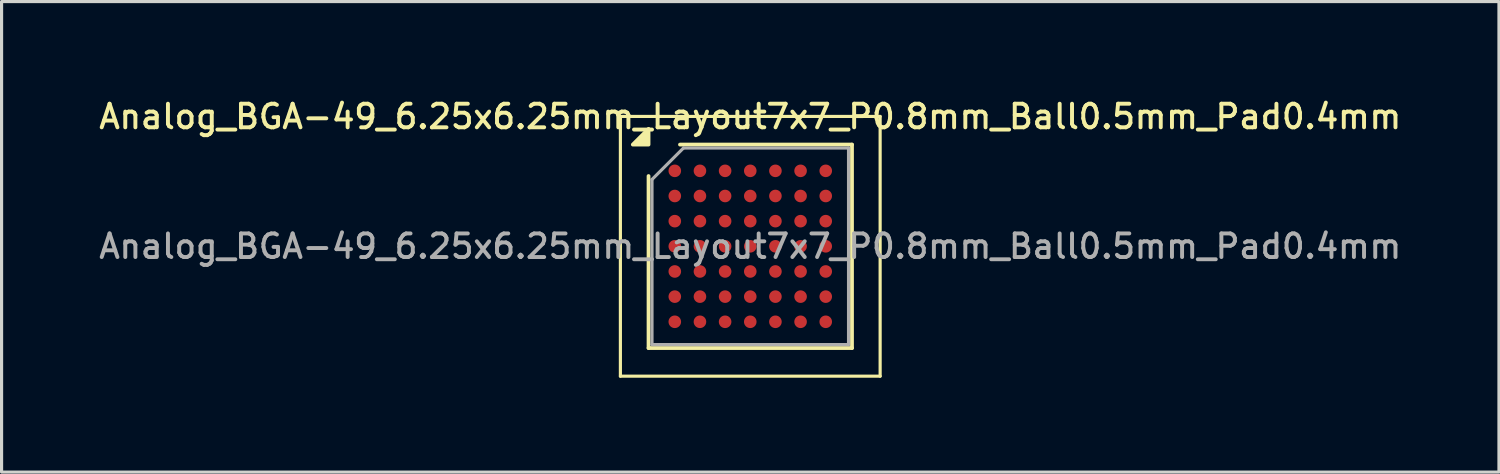
<source format=kicad_pcb>
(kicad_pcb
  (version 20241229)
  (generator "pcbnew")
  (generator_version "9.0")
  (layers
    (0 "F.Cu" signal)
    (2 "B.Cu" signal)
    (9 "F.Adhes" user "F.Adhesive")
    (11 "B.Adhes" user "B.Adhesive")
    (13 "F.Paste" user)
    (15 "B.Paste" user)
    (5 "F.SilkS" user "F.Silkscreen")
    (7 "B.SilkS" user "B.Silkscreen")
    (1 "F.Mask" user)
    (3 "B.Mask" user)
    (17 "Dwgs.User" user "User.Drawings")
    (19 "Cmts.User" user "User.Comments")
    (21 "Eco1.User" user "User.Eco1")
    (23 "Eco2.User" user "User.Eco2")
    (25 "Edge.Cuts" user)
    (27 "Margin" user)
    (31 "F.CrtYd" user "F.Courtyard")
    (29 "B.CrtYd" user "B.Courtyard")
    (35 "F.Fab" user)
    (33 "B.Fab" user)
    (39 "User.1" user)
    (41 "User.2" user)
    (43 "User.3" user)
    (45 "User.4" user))
  (footprint "Analog_BGA-49_6.25x6.25mm_Layout7x7_P0.8mm_Ball0.5mm_Pad0.4mm"
    (layer "F.Cu")
    (at 20.809 4.783)
    (property "Reference" "Analog_BGA-49_6.25x6.25mm_Layout7x7_P0.8mm_Ball0.5mm_Pad0.4mm" (at 0 -4.125 0) (layer "F.SilkS") (effects (font (size 0.75 0.75) (thickness 0.125))))
    (attr smd)
    (fp_line (start -4.13 -4.13) (end -4.13 4.13) (stroke (width 0.1) (type solid)) (layer "F.SilkS"))
    (fp_line (start -4.13 4.13) (end 4.13 4.13) (stroke (width 0.1) (type solid)) (layer "F.SilkS"))
    (fp_line (start -3.235 3.235) (end -3.235 -2.235) (stroke (width 0.12) (type solid)) (layer "F.SilkS"))
    (fp_line (start -2.235 -3.235) (end 3.235 -3.235) (stroke (width 0.12) (type solid)) (layer "F.SilkS"))
    (fp_line (start 3.235 -3.235) (end 3.235 3.235) (stroke (width 0.12) (type solid)) (layer "F.SilkS"))
    (fp_line (start 3.235 3.235) (end -3.235 3.235) (stroke (width 0.12) (type solid)) (layer "F.SilkS"))
    (fp_line (start 4.13 -4.13) (end -4.13 -4.13) (stroke (width 0.1) (type solid)) (layer "F.SilkS"))
    (fp_line (start 4.13 4.13) (end 4.13 -4.13) (stroke (width 0.1) (type solid)) (layer "F.SilkS"))
    (fp_poly (pts (xy -3.235 -3.235) (xy -3.735 -3.235) (xy -3.235 -3.735) (xy -3.235 -3.235)) (stroke (width 0.12) (type solid)) (fill yes) (layer "F.SilkS"))
    (fp_line (start -3.125 -2.125) (end -2.125 -3.125) (stroke (width 0.1) (type solid)) (layer "F.Fab"))
    (fp_line (start -3.125 3.125) (end -3.125 -2.125) (stroke (width 0.1) (type solid)) (layer "F.Fab"))
    (fp_line (start -2.125 -3.125) (end 3.125 -3.125) (stroke (width 0.1) (type solid)) (layer "F.Fab"))
    (fp_line (start 3.125 -3.125) (end 3.125 3.125) (stroke (width 0.1) (type solid)) (layer "F.Fab"))
    (fp_line (start 3.125 3.125) (end -3.125 3.125) (stroke (width 0.1) (type solid)) (layer "F.Fab"))
    (fp_text user "${REFERENCE}" (at 0 0 0) (layer "F.Fab") (effects (font (size 0.75 0.75) (thickness 0.125))))
    (pad "A1" smd circle (at -2.4 -2.4) (size 0.4 0.4) (property pad_prop_bga) (layers "F.Cu" "F.Mask" "F.Paste"))
    (pad "A2" smd circle (at -1.6 -2.4) (size 0.4 0.4) (property pad_prop_bga) (layers "F.Cu" "F.Mask" "F.Paste"))
    (pad "A3" smd circle (at -0.8 -2.4) (size 0.4 0.4) (property pad_prop_bga) (layers "F.Cu" "F.Mask" "F.Paste"))
    (pad "A4" smd circle (at 0 -2.4) (size 0.4 0.4) (property pad_prop_bga) (layers "F.Cu" "F.Mask" "F.Paste"))
    (pad "A5" smd circle (at 0.8 -2.4) (size 0.4 0.4) (property pad_prop_bga) (layers "F.Cu" "F.Mask" "F.Paste"))
    (pad "A6" smd circle (at 1.6 -2.4) (size 0.4 0.4) (property pad_prop_bga) (layers "F.Cu" "F.Mask" "F.Paste"))
    (pad "A7" smd circle (at 2.4 -2.4) (size 0.4 0.4) (property pad_prop_bga) (layers "F.Cu" "F.Mask" "F.Paste"))
    (pad "B1" smd circle (at -2.4 -1.6) (size 0.4 0.4) (property pad_prop_bga) (layers "F.Cu" "F.Mask" "F.Paste"))
    (pad "B2" smd circle (at -1.6 -1.6) (size 0.4 0.4) (property pad_prop_bga) (layers "F.Cu" "F.Mask" "F.Paste"))
    (pad "B3" smd circle (at -0.8 -1.6) (size 0.4 0.4) (property pad_prop_bga) (layers "F.Cu" "F.Mask" "F.Paste"))
    (pad "B4" smd circle (at 0 -1.6) (size 0.4 0.4) (property pad_prop_bga) (layers "F.Cu" "F.Mask" "F.Paste"))
    (pad "B5" smd circle (at 0.8 -1.6) (size 0.4 0.4) (property pad_prop_bga) (layers "F.Cu" "F.Mask" "F.Paste"))
    (pad "B6" smd circle (at 1.6 -1.6) (size 0.4 0.4) (property pad_prop_bga) (layers "F.Cu" "F.Mask" "F.Paste"))
    (pad "B7" smd circle (at 2.4 -1.6) (size 0.4 0.4) (property pad_prop_bga) (layers "F.Cu" "F.Mask" "F.Paste"))
    (pad "C1" smd circle (at -2.4 -0.8) (size 0.4 0.4) (property pad_prop_bga) (layers "F.Cu" "F.Mask" "F.Paste"))
    (pad "C2" smd circle (at -1.6 -0.8) (size 0.4 0.4) (property pad_prop_bga) (layers "F.Cu" "F.Mask" "F.Paste"))
    (pad "C3" smd circle (at -0.8 -0.8) (size 0.4 0.4) (property pad_prop_bga) (layers "F.Cu" "F.Mask" "F.Paste"))
    (pad "C4" smd circle (at 0 -0.8) (size 0.4 0.4) (property pad_prop_bga) (layers "F.Cu" "F.Mask" "F.Paste"))
    (pad "C5" smd circle (at 0.8 -0.8) (size 0.4 0.4) (property pad_prop_bga) (layers "F.Cu" "F.Mask" "F.Paste"))
    (pad "C6" smd circle (at 1.6 -0.8) (size 0.4 0.4) (property pad_prop_bga) (layers "F.Cu" "F.Mask" "F.Paste"))
    (pad "C7" smd circle (at 2.4 -0.8) (size 0.4 0.4) (property pad_prop_bga) (layers "F.Cu" "F.Mask" "F.Paste"))
    (pad "D1" smd circle (at -2.4 0) (size 0.4 0.4) (property pad_prop_bga) (layers "F.Cu" "F.Mask" "F.Paste"))
    (pad "D2" smd circle (at -1.6 0) (size 0.4 0.4) (property pad_prop_bga) (layers "F.Cu" "F.Mask" "F.Paste"))
    (pad "D3" smd circle (at -0.8 0) (size 0.4 0.4) (property pad_prop_bga) (layers "F.Cu" "F.Mask" "F.Paste"))
    (pad "D4" smd circle (at 0 0) (size 0.4 0.4) (property pad_prop_bga) (layers "F.Cu" "F.Mask" "F.Paste"))
    (pad "D5" smd circle (at 0.8 0) (size 0.4 0.4) (property pad_prop_bga) (layers "F.Cu" "F.Mask" "F.Paste"))
    (pad "D6" smd circle (at 1.6 0) (size 0.4 0.4) (property pad_prop_bga) (layers "F.Cu" "F.Mask" "F.Paste"))
    (pad "D7" smd circle (at 2.4 0) (size 0.4 0.4) (property pad_prop_bga) (layers "F.Cu" "F.Mask" "F.Paste"))
    (pad "E1" smd circle (at -2.4 0.8) (size 0.4 0.4) (property pad_prop_bga) (layers "F.Cu" "F.Mask" "F.Paste"))
    (pad "E2" smd circle (at -1.6 0.8) (size 0.4 0.4) (property pad_prop_bga) (layers "F.Cu" "F.Mask" "F.Paste"))
    (pad "E3" smd circle (at -0.8 0.8) (size 0.4 0.4) (property pad_prop_bga) (layers "F.Cu" "F.Mask" "F.Paste"))
    (pad "E4" smd circle (at 0 0.8) (size 0.4 0.4) (property pad_prop_bga) (layers "F.Cu" "F.Mask" "F.Paste"))
    (pad "E5" smd circle (at 0.8 0.8) (size 0.4 0.4) (property pad_prop_bga) (layers "F.Cu" "F.Mask" "F.Paste"))
    (pad "E6" smd circle (at 1.6 0.8) (size 0.4 0.4) (property pad_prop_bga) (layers "F.Cu" "F.Mask" "F.Paste"))
    (pad "E7" smd circle (at 2.4 0.8) (size 0.4 0.4) (property pad_prop_bga) (layers "F.Cu" "F.Mask" "F.Paste"))
    (pad "F1" smd circle (at -2.4 1.6) (size 0.4 0.4) (property pad_prop_bga) (layers "F.Cu" "F.Mask" "F.Paste"))
    (pad "F2" smd circle (at -1.6 1.6) (size 0.4 0.4) (property pad_prop_bga) (layers "F.Cu" "F.Mask" "F.Paste"))
    (pad "F3" smd circle (at -0.8 1.6) (size 0.4 0.4) (property pad_prop_bga) (layers "F.Cu" "F.Mask" "F.Paste"))
    (pad "F4" smd circle (at 0 1.6) (size 0.4 0.4) (property pad_prop_bga) (layers "F.Cu" "F.Mask" "F.Paste"))
    (pad "F5" smd circle (at 0.8 1.6) (size 0.4 0.4) (property pad_prop_bga) (layers "F.Cu" "F.Mask" "F.Paste"))
    (pad "F6" smd circle (at 1.6 1.6) (size 0.4 0.4) (property pad_prop_bga) (layers "F.Cu" "F.Mask" "F.Paste"))
    (pad "F7" smd circle (at 2.4 1.6) (size 0.4 0.4) (property pad_prop_bga) (layers "F.Cu" "F.Mask" "F.Paste"))
    (pad "G1" smd circle (at -2.4 2.4) (size 0.4 0.4) (property pad_prop_bga) (layers "F.Cu" "F.Mask" "F.Paste"))
    (pad "G2" smd circle (at -1.6 2.4) (size 0.4 0.4) (property pad_prop_bga) (layers "F.Cu" "F.Mask" "F.Paste"))
    (pad "G3" smd circle (at -0.8 2.4) (size 0.4 0.4) (property pad_prop_bga) (layers "F.Cu" "F.Mask" "F.Paste"))
    (pad "G4" smd circle (at 0 2.4) (size 0.4 0.4) (property pad_prop_bga) (layers "F.Cu" "F.Mask" "F.Paste"))
    (pad "G5" smd circle (at 0.8 2.4) (size 0.4 0.4) (property pad_prop_bga) (layers "F.Cu" "F.Mask" "F.Paste"))
    (pad "G6" smd circle (at 1.6 2.4) (size 0.4 0.4) (property pad_prop_bga) (layers "F.Cu" "F.Mask" "F.Paste"))
    (pad "G7" smd circle (at 2.4 2.4) (size 0.4 0.4) (property pad_prop_bga) (layers "F.Cu" "F.Mask" "F.Paste")))
  (gr_rect
    (start -3 -3)
    (end 44.618 11.963)
    (stroke (width 0.1) (type default))
    (fill no)
    (layer "Edge.Cuts")))
</source>
